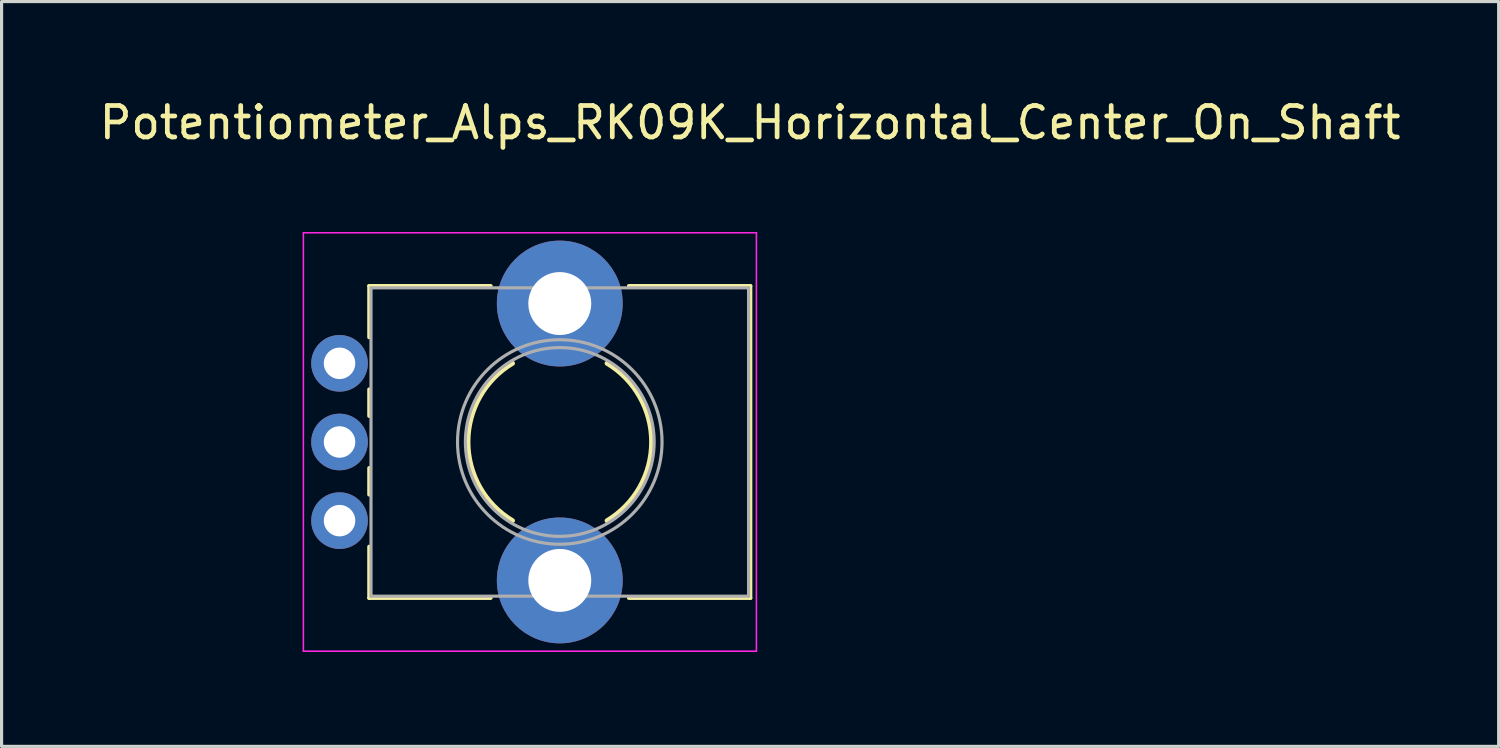
<source format=kicad_pcb>
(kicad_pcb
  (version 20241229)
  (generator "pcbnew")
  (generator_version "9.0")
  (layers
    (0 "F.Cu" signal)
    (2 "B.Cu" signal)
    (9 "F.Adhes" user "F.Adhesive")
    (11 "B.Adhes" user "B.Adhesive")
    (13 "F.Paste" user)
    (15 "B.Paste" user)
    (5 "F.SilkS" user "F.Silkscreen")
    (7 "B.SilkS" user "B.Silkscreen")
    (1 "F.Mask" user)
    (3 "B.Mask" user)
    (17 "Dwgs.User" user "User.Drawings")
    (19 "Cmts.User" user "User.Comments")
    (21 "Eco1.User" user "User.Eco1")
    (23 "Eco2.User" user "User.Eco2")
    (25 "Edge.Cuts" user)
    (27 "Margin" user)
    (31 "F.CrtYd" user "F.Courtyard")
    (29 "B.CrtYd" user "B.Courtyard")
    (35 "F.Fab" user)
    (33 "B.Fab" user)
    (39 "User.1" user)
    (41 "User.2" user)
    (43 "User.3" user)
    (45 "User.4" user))
  (footprint "Potentiometer_Alps_RK09K_Horizontal_Center_On_Shaft"
    (layer "F.Cu")
    (at 14.742 10.998)
    (property "Reference" "Potentiometer_Alps_RK09K_Horizontal_Center_On_Shaft" (at 6.05 -10.15 0) (layer "F.SilkS") (effects (font (size 1 1) (thickness 0.15))))
    (attr through_hole)
    (fp_line (start -6.06 -4.961) (end -6.06 -3.325) (stroke (width 0.12) (type solid)) (layer "F.SilkS"))
    (fp_line (start -6.06 -4.961) (end -2.194 -4.961) (stroke (width 0.12) (type solid)) (layer "F.SilkS"))
    (fp_line (start -6.06 -1.675) (end -6.06 -0.825) (stroke (width 0.12) (type solid)) (layer "F.SilkS"))
    (fp_line (start -6.06 0.825) (end -6.06 1.675) (stroke (width 0.12) (type solid)) (layer "F.SilkS"))
    (fp_line (start -6.06 3.325) (end -6.06 4.96) (stroke (width 0.12) (type solid)) (layer "F.SilkS"))
    (fp_line (start -6.06 4.96) (end -2.194 4.96) (stroke (width 0.12) (type solid)) (layer "F.SilkS"))
    (fp_line (start 2.195 -4.961) (end 6.06 -4.961) (stroke (width 0.12) (type solid)) (layer "F.SilkS"))
    (fp_line (start 2.195 4.96) (end 6.06 4.96) (stroke (width 0.12) (type solid)) (layer "F.SilkS"))
    (fp_line (start 6.06 -4.961) (end 6.06 4.96) (stroke (width 0.12) (type solid)) (layer "F.SilkS"))
    (fp_arc (start -1.5 2.499999) (mid -2.915475 0) (end -1.499999 -2.499999) (stroke (width 0.15) (type solid)) (layer "F.SilkS"))
    (fp_arc (start 1.5 -2.499999) (mid 2.915475 0) (end 1.499999 2.499999) (stroke (width 0.15) (type solid)) (layer "F.SilkS"))
    (fp_line (start -8.15 -6.65) (end -8.15 6.65) (stroke (width 0.05) (type solid)) (layer "F.CrtYd"))
    (fp_line (start -8.15 6.65) (end 6.25 6.65) (stroke (width 0.05) (type solid)) (layer "F.CrtYd"))
    (fp_line (start 6.25 -6.65) (end -8.15 -6.65) (stroke (width 0.05) (type solid)) (layer "F.CrtYd"))
    (fp_line (start 6.25 6.65) (end 6.25 -6.65) (stroke (width 0.05) (type solid)) (layer "F.CrtYd"))
    (fp_line (start -6 -4.9) (end -6 4.9) (stroke (width 0.1) (type solid)) (layer "F.Fab"))
    (fp_line (start -6 4.9) (end 6 4.9) (stroke (width 0.1) (type solid)) (layer "F.Fab"))
    (fp_line (start 6 -4.9) (end -6 -4.9) (stroke (width 0.1) (type solid)) (layer "F.Fab"))
    (fp_line (start 6 4.9) (end 6 -4.9) (stroke (width 0.1) (type solid)) (layer "F.Fab"))
    (fp_circle (center 0 0) (end 3 0) (stroke (width 0.1) (type solid)) (fill no) (layer "F.Fab"))
    (fp_circle (center 0 0) (end 3.25 0) (stroke (width 0.1) (type solid)) (fill no) (layer "F.Fab"))
    (pad "" np_thru_hole circle (at 0 -4.4) (size 4 4) (drill 2) (layers "*.Cu" "*.Mask"))
    (pad "" np_thru_hole circle (at 0 4.4) (size 4 4) (drill 2) (layers "*.Cu" "*.Mask"))
    (pad "1" thru_hole circle (at -7 2.5) (size 1.8 1.8) (drill 1) (layers "*.Cu" "*.Mask"))
    (pad "2" thru_hole circle (at -7 0) (size 1.8 1.8) (drill 1) (layers "*.Cu" "*.Mask"))
    (pad "3" thru_hole circle (at -7 -2.5) (size 1.8 1.8) (drill 1) (layers "*.Cu" "*.Mask")))
  (gr_rect
    (start -3 -3)
    (end 44.583 20.673)
    (stroke (width 0.1) (type default))
    (fill no)
    (layer "Edge.Cuts")))
</source>
